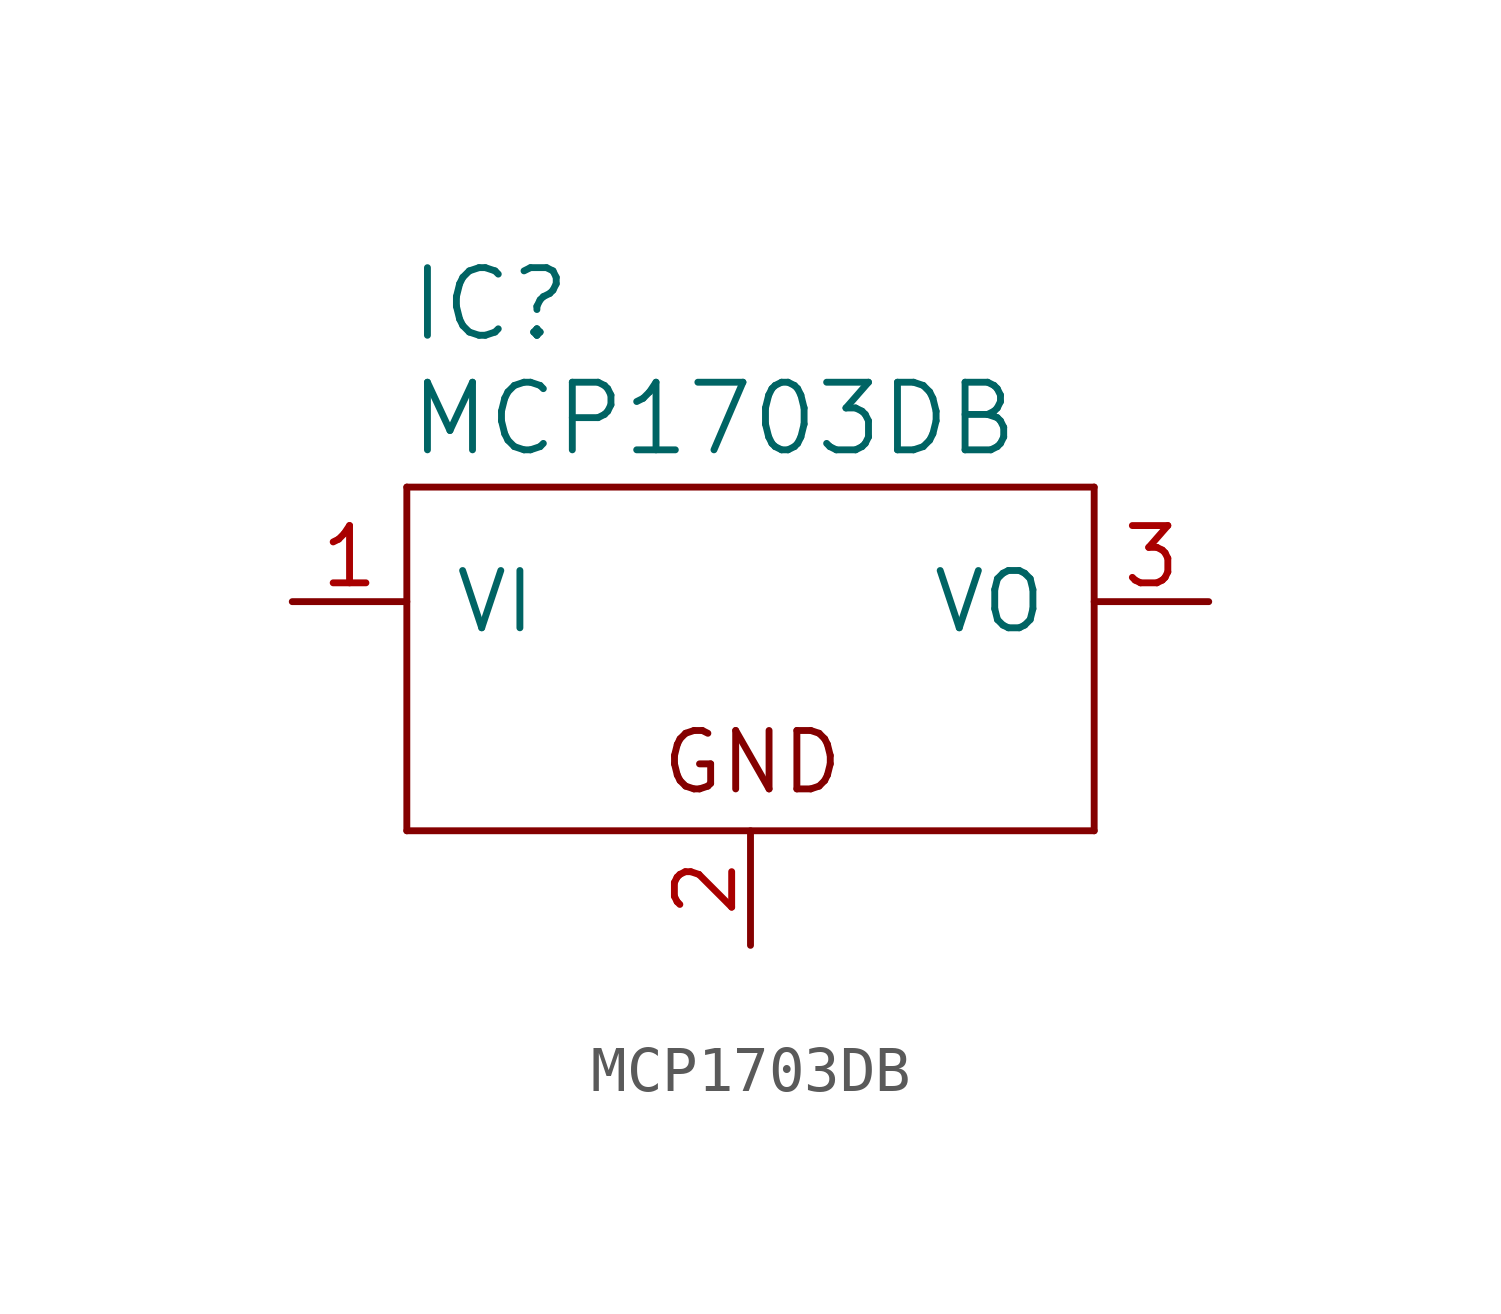
<source format=kicad_sym>
(kicad_symbol_lib
  (version 20211014)
  (generator kicad_symbol_editor)
  (symbol "MCP1703DB"
    (pin_names
      (offset 1.016))
    (property "Reference" "IC"
      (at -7.62 5.715 0)
      (effects (font (size 1.499 1.499)) (justify left bottom)))
    (property "Value" "MCP1703DB"
      (at -7.62 3.175 0)
      (effects (font (size 1.499 1.499)) (justify left bottom)))
    (property "ki_locked" ""
      (at 0 0 0)
      (effects (font (size 1.27 1.27))))
    (symbol "MCP1703DB_1_0"
      (polyline (pts (xy -7.62 -5.08) (xy 7.62 -5.08)) (stroke (width 0) (type default) (color 0 0 0 0)) (fill (type none)))
      (polyline (pts (xy -7.62 2.54) (xy -7.62 -5.08)) (stroke (width 0) (type default) (color 0 0 0 0)) (fill (type none)))
      (polyline (pts (xy 7.62 -5.08) (xy 7.62 2.54)) (stroke (width 0) (type default) (color 0 0 0 0)) (fill (type none)))
      (polyline (pts (xy 7.62 2.54) (xy -7.62 2.54)) (stroke (width 0) (type default) (color 0 0 0 0)) (fill (type none)))
      (text "GND" (at -2.032 -4.318 0) (effects (font (size 1.295 1.295)) (justify left bottom)))
      (pin input line (at -10.16 0 0) (length 2.54) (name "VI" (effects (font (size 1.27 1.27)))) (number "1" (effects (font (size 1.27 1.27)))))
      (pin passive line (at 0 -7.62 90) (length 2.54) (name "GND" (effects (font (size 0 0)))) (number "2" (effects (font (size 1.27 1.27)))))
      (pin passive line (at 10.16 0 180) (length 2.54) (name "VO" (effects (font (size 1.27 1.27)))) (number "3" (effects (font (size 1.27 1.27))))))))
</source>
